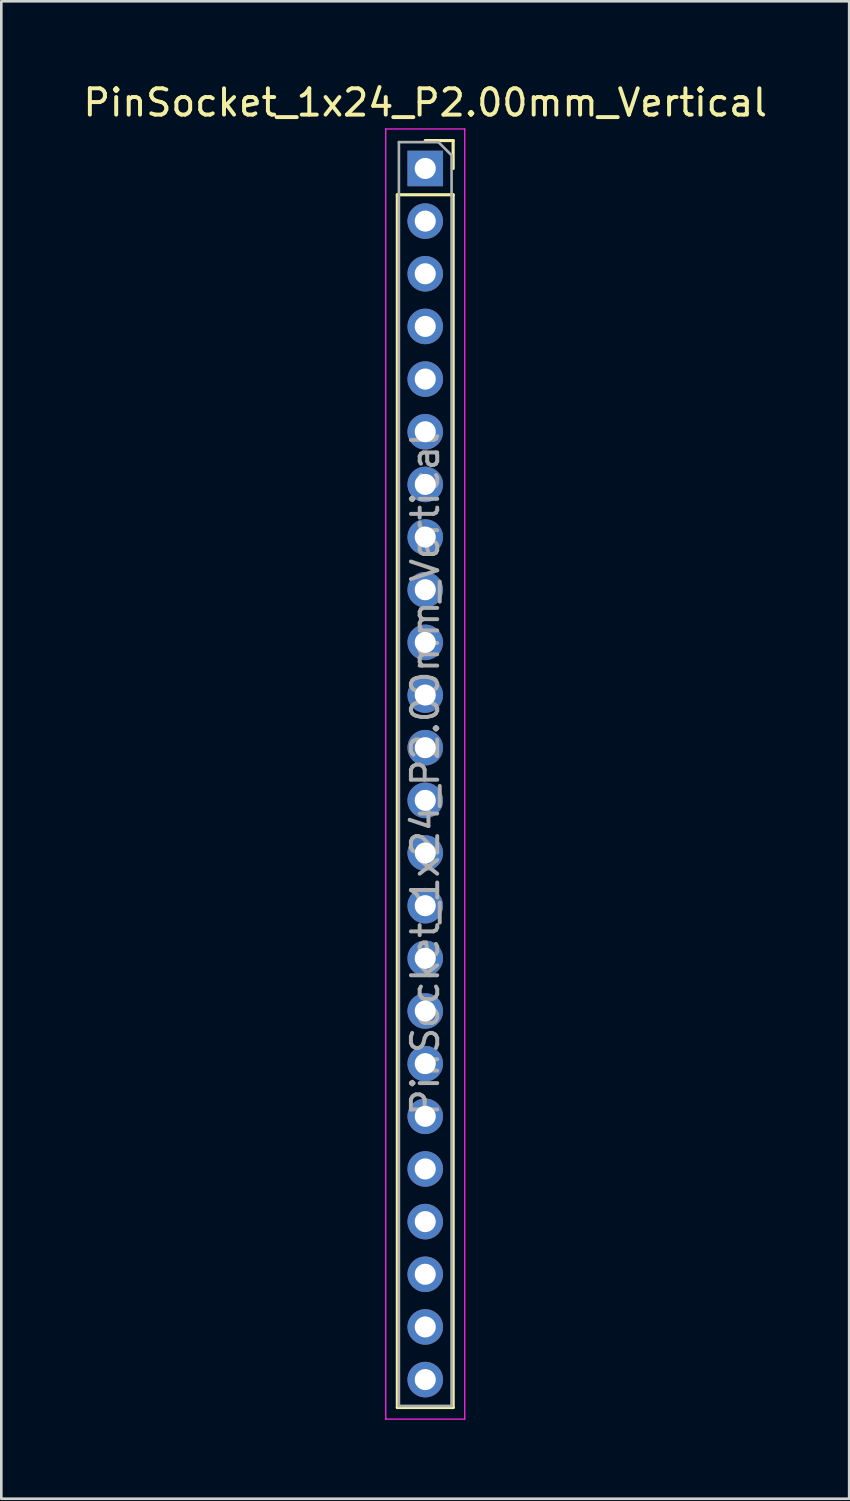
<source format=kicad_pcb>
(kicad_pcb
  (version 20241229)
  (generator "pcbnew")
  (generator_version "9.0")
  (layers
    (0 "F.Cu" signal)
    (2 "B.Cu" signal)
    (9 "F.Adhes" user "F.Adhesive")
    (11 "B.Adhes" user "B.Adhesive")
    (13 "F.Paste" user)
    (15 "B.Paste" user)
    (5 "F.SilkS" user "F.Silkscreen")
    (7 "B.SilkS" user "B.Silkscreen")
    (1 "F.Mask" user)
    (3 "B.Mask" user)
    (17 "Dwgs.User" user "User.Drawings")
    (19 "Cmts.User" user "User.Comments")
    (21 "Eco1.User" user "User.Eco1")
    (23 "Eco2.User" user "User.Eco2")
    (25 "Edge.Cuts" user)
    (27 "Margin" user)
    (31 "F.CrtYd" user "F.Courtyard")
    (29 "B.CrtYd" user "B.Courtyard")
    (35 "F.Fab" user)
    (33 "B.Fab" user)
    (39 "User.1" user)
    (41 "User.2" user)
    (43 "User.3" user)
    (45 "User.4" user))
  (footprint "PinSocket_1x24_P2.00mm_Vertical"
    (layer "F.Cu")
    (at 13.101 3.348)
    (property "Reference" "PinSocket_1x24_P2.00mm_Vertical" (at 0 -2.5 0) (layer "F.SilkS") (effects (font (size 1 1) (thickness 0.15))))
    (attr through_hole)
    (fp_line (start -1.06 1) (end -1.06 47.06) (stroke (width 0.12) (type solid)) (layer "F.SilkS"))
    (fp_line (start -1.06 1) (end 1.06 1) (stroke (width 0.12) (type solid)) (layer "F.SilkS"))
    (fp_line (start -1.06 47.06) (end 1.06 47.06) (stroke (width 0.12) (type solid)) (layer "F.SilkS"))
    (fp_line (start 0 -1.06) (end 1.06 -1.06) (stroke (width 0.12) (type solid)) (layer "F.SilkS"))
    (fp_line (start 1.06 -1.06) (end 1.06 0) (stroke (width 0.12) (type solid)) (layer "F.SilkS"))
    (fp_line (start 1.06 1) (end 1.06 47.06) (stroke (width 0.12) (type solid)) (layer "F.SilkS"))
    (fp_line (start -1.5 -1.5) (end 1.5 -1.5) (stroke (width 0.05) (type solid)) (layer "F.CrtYd"))
    (fp_line (start -1.5 47.5) (end -1.5 -1.5) (stroke (width 0.05) (type solid)) (layer "F.CrtYd"))
    (fp_line (start 1.5 -1.5) (end 1.5 47.5) (stroke (width 0.05) (type solid)) (layer "F.CrtYd"))
    (fp_line (start 1.5 47.5) (end -1.5 47.5) (stroke (width 0.05) (type solid)) (layer "F.CrtYd"))
    (fp_line (start -1 -1) (end 0.5 -1) (stroke (width 0.1) (type solid)) (layer "F.Fab"))
    (fp_line (start -1 47) (end -1 -1) (stroke (width 0.1) (type solid)) (layer "F.Fab"))
    (fp_line (start 0.5 -1) (end 1 -0.5) (stroke (width 0.1) (type solid)) (layer "F.Fab"))
    (fp_line (start 1 -0.5) (end 1 47) (stroke (width 0.1) (type solid)) (layer "F.Fab"))
    (fp_line (start 1 47) (end -1 47) (stroke (width 0.1) (type solid)) (layer "F.Fab"))
    (fp_text user "${REFERENCE}" (at 0 23 90) (layer "F.Fab") (effects (font (size 1 1) (thickness 0.15))))
    (pad "1" thru_hole rect (at 0 0) (size 1.35 1.35) (drill 0.8) (layers "*.Cu" "*.Mask"))
    (pad "2" thru_hole circle (at 0 2) (size 1.35 1.35) (drill 0.8) (layers "*.Cu" "*.Mask"))
    (pad "3" thru_hole circle (at 0 4) (size 1.35 1.35) (drill 0.8) (layers "*.Cu" "*.Mask"))
    (pad "4" thru_hole circle (at 0 6) (size 1.35 1.35) (drill 0.8) (layers "*.Cu" "*.Mask"))
    (pad "5" thru_hole circle (at 0 8) (size 1.35 1.35) (drill 0.8) (layers "*.Cu" "*.Mask"))
    (pad "6" thru_hole circle (at 0 10) (size 1.35 1.35) (drill 0.8) (layers "*.Cu" "*.Mask"))
    (pad "7" thru_hole circle (at 0 12) (size 1.35 1.35) (drill 0.8) (layers "*.Cu" "*.Mask"))
    (pad "8" thru_hole circle (at 0 14) (size 1.35 1.35) (drill 0.8) (layers "*.Cu" "*.Mask"))
    (pad "9" thru_hole circle (at 0 16) (size 1.35 1.35) (drill 0.8) (layers "*.Cu" "*.Mask"))
    (pad "10" thru_hole circle (at 0 18) (size 1.35 1.35) (drill 0.8) (layers "*.Cu" "*.Mask"))
    (pad "11" thru_hole circle (at 0 20) (size 1.35 1.35) (drill 0.8) (layers "*.Cu" "*.Mask"))
    (pad "12" thru_hole circle (at 0 22) (size 1.35 1.35) (drill 0.8) (layers "*.Cu" "*.Mask"))
    (pad "13" thru_hole circle (at 0 24) (size 1.35 1.35) (drill 0.8) (layers "*.Cu" "*.Mask"))
    (pad "14" thru_hole circle (at 0 26) (size 1.35 1.35) (drill 0.8) (layers "*.Cu" "*.Mask"))
    (pad "15" thru_hole circle (at 0 28) (size 1.35 1.35) (drill 0.8) (layers "*.Cu" "*.Mask"))
    (pad "16" thru_hole circle (at 0 30) (size 1.35 1.35) (drill 0.8) (layers "*.Cu" "*.Mask"))
    (pad "17" thru_hole circle (at 0 32) (size 1.35 1.35) (drill 0.8) (layers "*.Cu" "*.Mask"))
    (pad "18" thru_hole circle (at 0 34) (size 1.35 1.35) (drill 0.8) (layers "*.Cu" "*.Mask"))
    (pad "19" thru_hole circle (at 0 36) (size 1.35 1.35) (drill 0.8) (layers "*.Cu" "*.Mask"))
    (pad "20" thru_hole circle (at 0 38) (size 1.35 1.35) (drill 0.8) (layers "*.Cu" "*.Mask"))
    (pad "21" thru_hole circle (at 0 40) (size 1.35 1.35) (drill 0.8) (layers "*.Cu" "*.Mask"))
    (pad "22" thru_hole circle (at 0 42) (size 1.35 1.35) (drill 0.8) (layers "*.Cu" "*.Mask"))
    (pad "23" thru_hole circle (at 0 44) (size 1.35 1.35) (drill 0.8) (layers "*.Cu" "*.Mask"))
    (pad "24" thru_hole circle (at 0 46) (size 1.35 1.35) (drill 0.8) (layers "*.Cu" "*.Mask")))
  (gr_rect
    (start -3 -3)
    (end 29.202 53.873)
    (stroke (width 0.1) (type default))
    (fill no)
    (layer "Edge.Cuts")))
</source>
